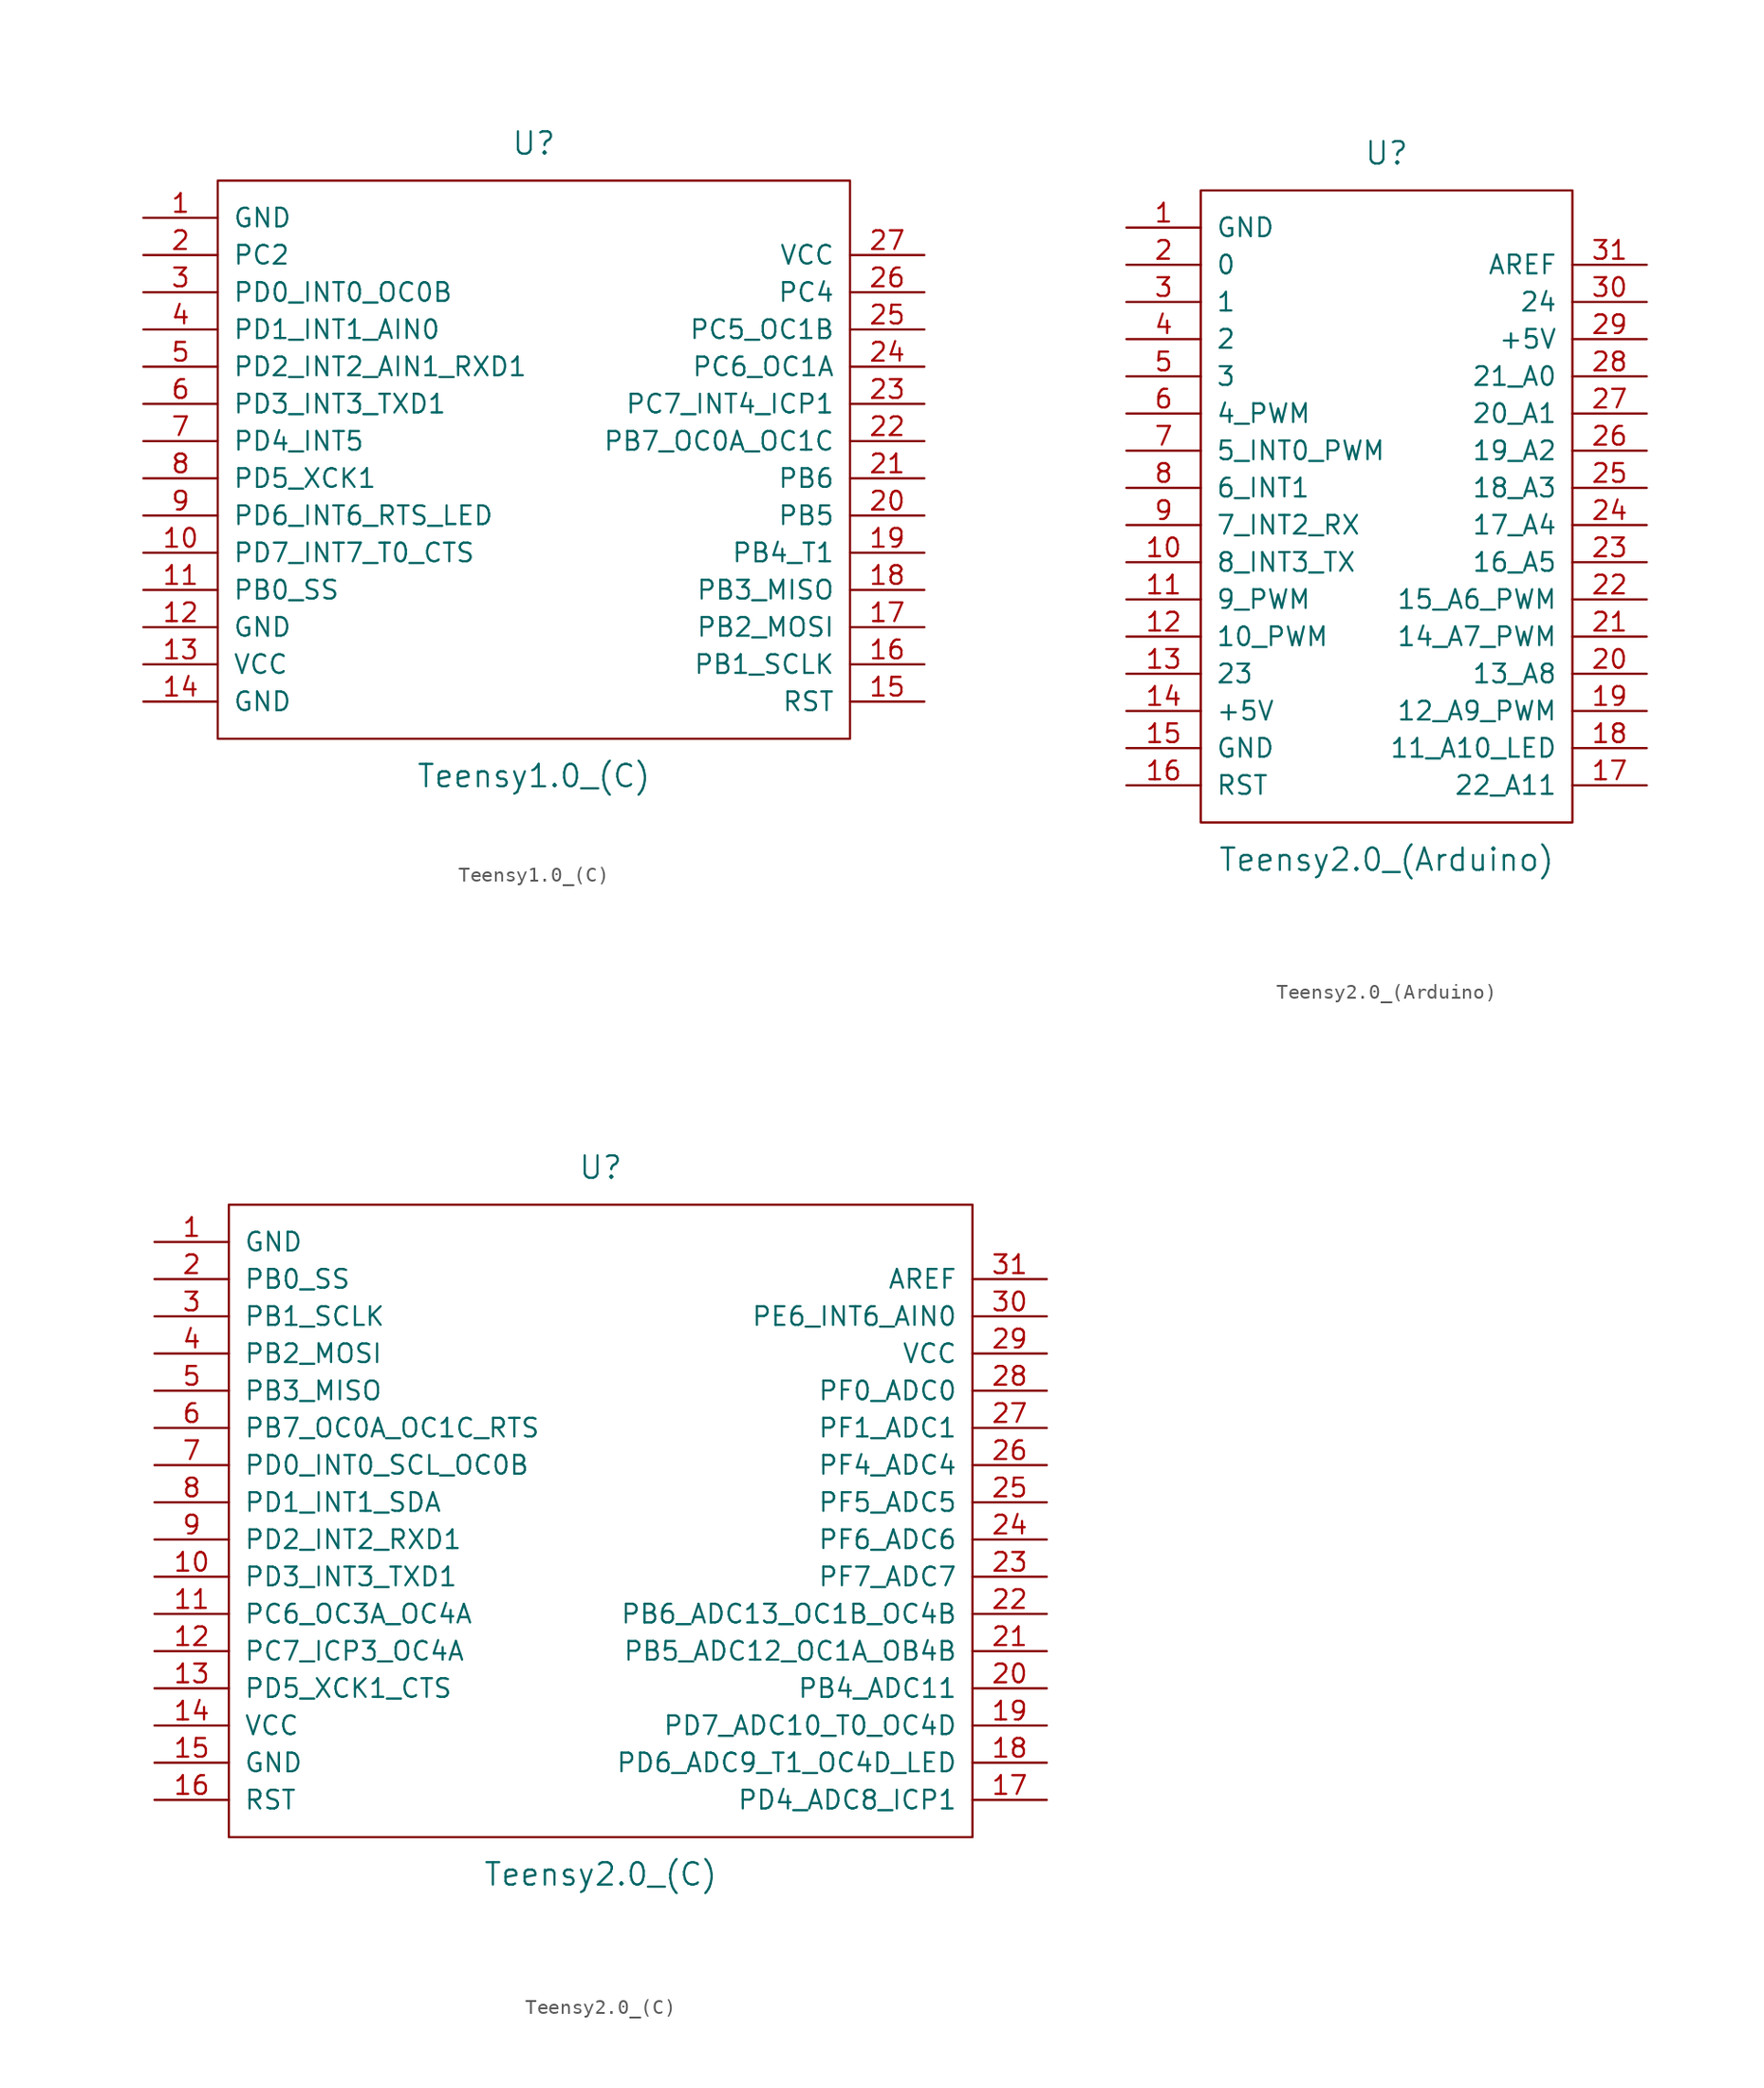
<source format=kicad_sym>
(kicad_symbol_lib
  (version 20201005)
  (generator kicad_symbol_editor)
  (symbol "teensy:Teensy1.0_(C)"
    (pin_names
      (offset 1.016))
    (property "Reference" "U"
      (at 0 21.59 0)
      (effects (font (size 1.524 1.524))))
    (property "Value" "Teensy1.0_(C)"
      (at 0 -21.59 0)
      (effects (font (size 1.524 1.524))))
    (property "Footprint" ""
      (at 2.54 -21.59 0)
      (effects (font (size 1.524 1.524))))
    (property "Datasheet" ""
      (at 2.54 -21.59 0)
      (effects (font (size 1.524 1.524))))
    (symbol "Teensy1.0_(C)_0_1"
      (rectangle (start -21.59 19.05) (end 21.59 -19.05) (stroke (width 0)) (fill (type none))))
    (symbol "Teensy1.0_(C)_1_1"
      (pin power_in line (at -26.67 16.51 0) (length 5.08) (name "GND" (effects (font (size 1.27 1.27)))) (number "1" (effects (font (size 1.27 1.27)))))
      (pin bidirectional line (at -26.67 -6.35 0) (length 5.08) (name "PD7_INT7_T0_CTS" (effects (font (size 1.27 1.27)))) (number "10" (effects (font (size 1.27 1.27)))))
      (pin bidirectional line (at -26.67 -8.89 0) (length 5.08) (name "PB0_SS" (effects (font (size 1.27 1.27)))) (number "11" (effects (font (size 1.27 1.27)))))
      (pin power_in line (at -26.67 -11.43 0) (length 5.08) (name "GND" (effects (font (size 1.27 1.27)))) (number "12" (effects (font (size 1.27 1.27)))))
      (pin power_in line (at -26.67 -13.97 0) (length 5.08) (name "VCC" (effects (font (size 1.27 1.27)))) (number "13" (effects (font (size 1.27 1.27)))))
      (pin power_in line (at -26.67 -16.51 0) (length 5.08) (name "GND" (effects (font (size 1.27 1.27)))) (number "14" (effects (font (size 1.27 1.27)))))
      (pin input line (at 26.67 -16.51 180) (length 5.08) (name "RST" (effects (font (size 1.27 1.27)))) (number "15" (effects (font (size 1.27 1.27)))))
      (pin bidirectional line (at 26.67 -13.97 180) (length 5.08) (name "PB1_SCLK" (effects (font (size 1.27 1.27)))) (number "16" (effects (font (size 1.27 1.27)))))
      (pin bidirectional line (at 26.67 -11.43 180) (length 5.08) (name "PB2_MOSI" (effects (font (size 1.27 1.27)))) (number "17" (effects (font (size 1.27 1.27)))))
      (pin bidirectional line (at 26.67 -8.89 180) (length 5.08) (name "PB3_MISO" (effects (font (size 1.27 1.27)))) (number "18" (effects (font (size 1.27 1.27)))))
      (pin bidirectional line (at 26.67 -6.35 180) (length 5.08) (name "PB4_T1" (effects (font (size 1.27 1.27)))) (number "19" (effects (font (size 1.27 1.27)))))
      (pin bidirectional line (at -26.67 13.97 0) (length 5.08) (name "PC2" (effects (font (size 1.27 1.27)))) (number "2" (effects (font (size 1.27 1.27)))))
      (pin bidirectional line (at 26.67 -3.81 180) (length 5.08) (name "PB5" (effects (font (size 1.27 1.27)))) (number "20" (effects (font (size 1.27 1.27)))))
      (pin bidirectional line (at 26.67 -1.27 180) (length 5.08) (name "PB6" (effects (font (size 1.27 1.27)))) (number "21" (effects (font (size 1.27 1.27)))))
      (pin bidirectional line (at 26.67 1.27 180) (length 5.08) (name "PB7_OC0A_OC1C" (effects (font (size 1.27 1.27)))) (number "22" (effects (font (size 1.27 1.27)))))
      (pin bidirectional line (at 26.67 3.81 180) (length 5.08) (name "PC7_INT4_ICP1" (effects (font (size 1.27 1.27)))) (number "23" (effects (font (size 1.27 1.27)))))
      (pin bidirectional line (at 26.67 6.35 180) (length 5.08) (name "PC6_OC1A" (effects (font (size 1.27 1.27)))) (number "24" (effects (font (size 1.27 1.27)))))
      (pin bidirectional line (at 26.67 8.89 180) (length 5.08) (name "PC5_OC1B" (effects (font (size 1.27 1.27)))) (number "25" (effects (font (size 1.27 1.27)))))
      (pin bidirectional line (at 26.67 11.43 180) (length 5.08) (name "PC4" (effects (font (size 1.27 1.27)))) (number "26" (effects (font (size 1.27 1.27)))))
      (pin power_in line (at 26.67 13.97 180) (length 5.08) (name "VCC" (effects (font (size 1.27 1.27)))) (number "27" (effects (font (size 1.27 1.27)))))
      (pin bidirectional line (at -26.67 11.43 0) (length 5.08) (name "PD0_INT0_OC0B" (effects (font (size 1.27 1.27)))) (number "3" (effects (font (size 1.27 1.27)))))
      (pin bidirectional line (at -26.67 8.89 0) (length 5.08) (name "PD1_INT1_AIN0" (effects (font (size 1.27 1.27)))) (number "4" (effects (font (size 1.27 1.27)))))
      (pin bidirectional line (at -26.67 6.35 0) (length 5.08) (name "PD2_INT2_AIN1_RXD1" (effects (font (size 1.27 1.27)))) (number "5" (effects (font (size 1.27 1.27)))))
      (pin bidirectional line (at -26.67 3.81 0) (length 5.08) (name "PD3_INT3_TXD1" (effects (font (size 1.27 1.27)))) (number "6" (effects (font (size 1.27 1.27)))))
      (pin bidirectional line (at -26.67 1.27 0) (length 5.08) (name "PD4_INT5" (effects (font (size 1.27 1.27)))) (number "7" (effects (font (size 1.27 1.27)))))
      (pin bidirectional line (at -26.67 -1.27 0) (length 5.08) (name "PD5_XCK1" (effects (font (size 1.27 1.27)))) (number "8" (effects (font (size 1.27 1.27)))))
      (pin bidirectional line (at -26.67 -3.81 0) (length 5.08) (name "PD6_INT6_RTS_LED" (effects (font (size 1.27 1.27)))) (number "9" (effects (font (size 1.27 1.27)))))))
  (symbol "teensy:Teensy2.0_(Arduino)"
    (pin_names
      (offset 1.016))
    (property "Reference" "U"
      (at 0 24.13 0)
      (effects (font (size 1.524 1.524))))
    (property "Value" "Teensy2.0_(Arduino)"
      (at 0 -24.13 0)
      (effects (font (size 1.524 1.524))))
    (property "Footprint" ""
      (at 2.54 -26.67 0)
      (effects (font (size 1.524 1.524))))
    (property "Datasheet" ""
      (at 2.54 -26.67 0)
      (effects (font (size 1.524 1.524))))
    (symbol "Teensy2.0_(Arduino)_0_1"
      (rectangle (start -12.7 21.59) (end 12.7 -21.59) (stroke (width 0)) (fill (type none))))
    (symbol "Teensy2.0_(Arduino)_1_1"
      (pin power_in line (at -17.78 19.05 0) (length 5.08) (name "GND" (effects (font (size 1.27 1.27)))) (number "1" (effects (font (size 1.27 1.27)))))
      (pin bidirectional line (at -17.78 -3.81 0) (length 5.08) (name "8_INT3_TX" (effects (font (size 1.27 1.27)))) (number "10" (effects (font (size 1.27 1.27)))))
      (pin bidirectional line (at -17.78 -6.35 0) (length 5.08) (name "9_PWM" (effects (font (size 1.27 1.27)))) (number "11" (effects (font (size 1.27 1.27)))))
      (pin bidirectional line (at -17.78 -8.89 0) (length 5.08) (name "10_PWM" (effects (font (size 1.27 1.27)))) (number "12" (effects (font (size 1.27 1.27)))))
      (pin bidirectional line (at -17.78 -11.43 0) (length 5.08) (name "23" (effects (font (size 1.27 1.27)))) (number "13" (effects (font (size 1.27 1.27)))))
      (pin power_in line (at -17.78 -13.97 0) (length 5.08) (name "+5V" (effects (font (size 1.27 1.27)))) (number "14" (effects (font (size 1.27 1.27)))))
      (pin power_in line (at -17.78 -16.51 0) (length 5.08) (name "GND" (effects (font (size 1.27 1.27)))) (number "15" (effects (font (size 1.27 1.27)))))
      (pin input line (at -17.78 -19.05 0) (length 5.08) (name "RST" (effects (font (size 1.27 1.27)))) (number "16" (effects (font (size 1.27 1.27)))))
      (pin bidirectional line (at 17.78 -19.05 180) (length 5.08) (name "22_A11" (effects (font (size 1.27 1.27)))) (number "17" (effects (font (size 1.27 1.27)))))
      (pin bidirectional line (at 17.78 -16.51 180) (length 5.08) (name "11_A10_LED" (effects (font (size 1.27 1.27)))) (number "18" (effects (font (size 1.27 1.27)))))
      (pin bidirectional line (at 17.78 -13.97 180) (length 5.08) (name "12_A9_PWM" (effects (font (size 1.27 1.27)))) (number "19" (effects (font (size 1.27 1.27)))))
      (pin bidirectional line (at -17.78 16.51 0) (length 5.08) (name "0" (effects (font (size 1.27 1.27)))) (number "2" (effects (font (size 1.27 1.27)))))
      (pin bidirectional line (at 17.78 -11.43 180) (length 5.08) (name "13_A8" (effects (font (size 1.27 1.27)))) (number "20" (effects (font (size 1.27 1.27)))))
      (pin bidirectional line (at 17.78 -8.89 180) (length 5.08) (name "14_A7_PWM" (effects (font (size 1.27 1.27)))) (number "21" (effects (font (size 1.27 1.27)))))
      (pin bidirectional line (at 17.78 -6.35 180) (length 5.08) (name "15_A6_PWM" (effects (font (size 1.27 1.27)))) (number "22" (effects (font (size 1.27 1.27)))))
      (pin bidirectional line (at 17.78 -3.81 180) (length 5.08) (name "16_A5" (effects (font (size 1.27 1.27)))) (number "23" (effects (font (size 1.27 1.27)))))
      (pin bidirectional line (at 17.78 -1.27 180) (length 5.08) (name "17_A4" (effects (font (size 1.27 1.27)))) (number "24" (effects (font (size 1.27 1.27)))))
      (pin bidirectional line (at 17.78 1.27 180) (length 5.08) (name "18_A3" (effects (font (size 1.27 1.27)))) (number "25" (effects (font (size 1.27 1.27)))))
      (pin bidirectional line (at 17.78 3.81 180) (length 5.08) (name "19_A2" (effects (font (size 1.27 1.27)))) (number "26" (effects (font (size 1.27 1.27)))))
      (pin bidirectional line (at 17.78 6.35 180) (length 5.08) (name "20_A1" (effects (font (size 1.27 1.27)))) (number "27" (effects (font (size 1.27 1.27)))))
      (pin bidirectional line (at 17.78 8.89 180) (length 5.08) (name "21_A0" (effects (font (size 1.27 1.27)))) (number "28" (effects (font (size 1.27 1.27)))))
      (pin power_in line (at 17.78 11.43 180) (length 5.08) (name "+5V" (effects (font (size 1.27 1.27)))) (number "29" (effects (font (size 1.27 1.27)))))
      (pin bidirectional line (at -17.78 13.97 0) (length 5.08) (name "1" (effects (font (size 1.27 1.27)))) (number "3" (effects (font (size 1.27 1.27)))))
      (pin bidirectional line (at 17.78 13.97 180) (length 5.08) (name "24" (effects (font (size 1.27 1.27)))) (number "30" (effects (font (size 1.27 1.27)))))
      (pin input line (at 17.78 16.51 180) (length 5.08) (name "AREF" (effects (font (size 1.27 1.27)))) (number "31" (effects (font (size 1.27 1.27)))))
      (pin bidirectional line (at -17.78 11.43 0) (length 5.08) (name "2" (effects (font (size 1.27 1.27)))) (number "4" (effects (font (size 1.27 1.27)))))
      (pin bidirectional line (at -17.78 8.89 0) (length 5.08) (name "3" (effects (font (size 1.27 1.27)))) (number "5" (effects (font (size 1.27 1.27)))))
      (pin bidirectional line (at -17.78 6.35 0) (length 5.08) (name "4_PWM" (effects (font (size 1.27 1.27)))) (number "6" (effects (font (size 1.27 1.27)))))
      (pin bidirectional line (at -17.78 3.81 0) (length 5.08) (name "5_INT0_PWM" (effects (font (size 1.27 1.27)))) (number "7" (effects (font (size 1.27 1.27)))))
      (pin bidirectional line (at -17.78 1.27 0) (length 5.08) (name "6_INT1" (effects (font (size 1.27 1.27)))) (number "8" (effects (font (size 1.27 1.27)))))
      (pin bidirectional line (at -17.78 -1.27 0) (length 5.08) (name "7_INT2_RX" (effects (font (size 1.27 1.27)))) (number "9" (effects (font (size 1.27 1.27)))))))
  (symbol "teensy:Teensy2.0_(C)"
    (pin_names
      (offset 1.016))
    (property "Reference" "U"
      (at 0 24.13 0)
      (effects (font (size 1.524 1.524))))
    (property "Value" "Teensy2.0_(C)"
      (at 0 -24.13 0)
      (effects (font (size 1.524 1.524))))
    (property "Footprint" ""
      (at 2.54 -26.67 0)
      (effects (font (size 1.524 1.524))))
    (property "Datasheet" ""
      (at 2.54 -26.67 0)
      (effects (font (size 1.524 1.524))))
    (symbol "Teensy2.0_(C)_0_1"
      (rectangle (start -25.4 21.59) (end 25.4 -21.59) (stroke (width 0)) (fill (type none))))
    (symbol "Teensy2.0_(C)_1_1"
      (pin power_in line (at -30.48 19.05 0) (length 5.08) (name "GND" (effects (font (size 1.27 1.27)))) (number "1" (effects (font (size 1.27 1.27)))))
      (pin bidirectional line (at -30.48 -3.81 0) (length 5.08) (name "PD3_INT3_TXD1" (effects (font (size 1.27 1.27)))) (number "10" (effects (font (size 1.27 1.27)))))
      (pin bidirectional line (at -30.48 -6.35 0) (length 5.08) (name "PC6_OC3A_OC4A" (effects (font (size 1.27 1.27)))) (number "11" (effects (font (size 1.27 1.27)))))
      (pin bidirectional line (at -30.48 -8.89 0) (length 5.08) (name "PC7_ICP3_OC4A" (effects (font (size 1.27 1.27)))) (number "12" (effects (font (size 1.27 1.27)))))
      (pin bidirectional line (at -30.48 -11.43 0) (length 5.08) (name "PD5_XCK1_CTS" (effects (font (size 1.27 1.27)))) (number "13" (effects (font (size 1.27 1.27)))))
      (pin power_in line (at -30.48 -13.97 0) (length 5.08) (name "VCC" (effects (font (size 1.27 1.27)))) (number "14" (effects (font (size 1.27 1.27)))))
      (pin power_in line (at -30.48 -16.51 0) (length 5.08) (name "GND" (effects (font (size 1.27 1.27)))) (number "15" (effects (font (size 1.27 1.27)))))
      (pin input line (at -30.48 -19.05 0) (length 5.08) (name "RST" (effects (font (size 1.27 1.27)))) (number "16" (effects (font (size 1.27 1.27)))))
      (pin bidirectional line (at 30.48 -19.05 180) (length 5.08) (name "PD4_ADC8_ICP1" (effects (font (size 1.27 1.27)))) (number "17" (effects (font (size 1.27 1.27)))))
      (pin bidirectional line (at 30.48 -16.51 180) (length 5.08) (name "PD6_ADC9_T1_OC4D_LED" (effects (font (size 1.27 1.27)))) (number "18" (effects (font (size 1.27 1.27)))))
      (pin bidirectional line (at 30.48 -13.97 180) (length 5.08) (name "PD7_ADC10_T0_OC4D" (effects (font (size 1.27 1.27)))) (number "19" (effects (font (size 1.27 1.27)))))
      (pin bidirectional line (at -30.48 16.51 0) (length 5.08) (name "PB0_SS" (effects (font (size 1.27 1.27)))) (number "2" (effects (font (size 1.27 1.27)))))
      (pin bidirectional line (at 30.48 -11.43 180) (length 5.08) (name "PB4_ADC11" (effects (font (size 1.27 1.27)))) (number "20" (effects (font (size 1.27 1.27)))))
      (pin bidirectional line (at 30.48 -8.89 180) (length 5.08) (name "PB5_ADC12_OC1A_OB4B" (effects (font (size 1.27 1.27)))) (number "21" (effects (font (size 1.27 1.27)))))
      (pin bidirectional line (at 30.48 -6.35 180) (length 5.08) (name "PB6_ADC13_OC1B_OC4B" (effects (font (size 1.27 1.27)))) (number "22" (effects (font (size 1.27 1.27)))))
      (pin bidirectional line (at 30.48 -3.81 180) (length 5.08) (name "PF7_ADC7" (effects (font (size 1.27 1.27)))) (number "23" (effects (font (size 1.27 1.27)))))
      (pin bidirectional line (at 30.48 -1.27 180) (length 5.08) (name "PF6_ADC6" (effects (font (size 1.27 1.27)))) (number "24" (effects (font (size 1.27 1.27)))))
      (pin bidirectional line (at 30.48 1.27 180) (length 5.08) (name "PF5_ADC5" (effects (font (size 1.27 1.27)))) (number "25" (effects (font (size 1.27 1.27)))))
      (pin bidirectional line (at 30.48 3.81 180) (length 5.08) (name "PF4_ADC4" (effects (font (size 1.27 1.27)))) (number "26" (effects (font (size 1.27 1.27)))))
      (pin bidirectional line (at 30.48 6.35 180) (length 5.08) (name "PF1_ADC1" (effects (font (size 1.27 1.27)))) (number "27" (effects (font (size 1.27 1.27)))))
      (pin bidirectional line (at 30.48 8.89 180) (length 5.08) (name "PF0_ADC0" (effects (font (size 1.27 1.27)))) (number "28" (effects (font (size 1.27 1.27)))))
      (pin power_in line (at 30.48 11.43 180) (length 5.08) (name "VCC" (effects (font (size 1.27 1.27)))) (number "29" (effects (font (size 1.27 1.27)))))
      (pin bidirectional line (at -30.48 13.97 0) (length 5.08) (name "PB1_SCLK" (effects (font (size 1.27 1.27)))) (number "3" (effects (font (size 1.27 1.27)))))
      (pin bidirectional line (at 30.48 13.97 180) (length 5.08) (name "PE6_INT6_AIN0" (effects (font (size 1.27 1.27)))) (number "30" (effects (font (size 1.27 1.27)))))
      (pin input line (at 30.48 16.51 180) (length 5.08) (name "AREF" (effects (font (size 1.27 1.27)))) (number "31" (effects (font (size 1.27 1.27)))))
      (pin bidirectional line (at -30.48 11.43 0) (length 5.08) (name "PB2_MOSI" (effects (font (size 1.27 1.27)))) (number "4" (effects (font (size 1.27 1.27)))))
      (pin bidirectional line (at -30.48 8.89 0) (length 5.08) (name "PB3_MISO" (effects (font (size 1.27 1.27)))) (number "5" (effects (font (size 1.27 1.27)))))
      (pin bidirectional line (at -30.48 6.35 0) (length 5.08) (name "PB7_OC0A_OC1C_RTS" (effects (font (size 1.27 1.27)))) (number "6" (effects (font (size 1.27 1.27)))))
      (pin bidirectional line (at -30.48 3.81 0) (length 5.08) (name "PD0_INT0_SCL_OC0B" (effects (font (size 1.27 1.27)))) (number "7" (effects (font (size 1.27 1.27)))))
      (pin bidirectional line (at -30.48 1.27 0) (length 5.08) (name "PD1_INT1_SDA" (effects (font (size 1.27 1.27)))) (number "8" (effects (font (size 1.27 1.27)))))
      (pin bidirectional line (at -30.48 -1.27 0) (length 5.08) (name "PD2_INT2_RXD1" (effects (font (size 1.27 1.27)))) (number "9" (effects (font (size 1.27 1.27))))))))
</source>
